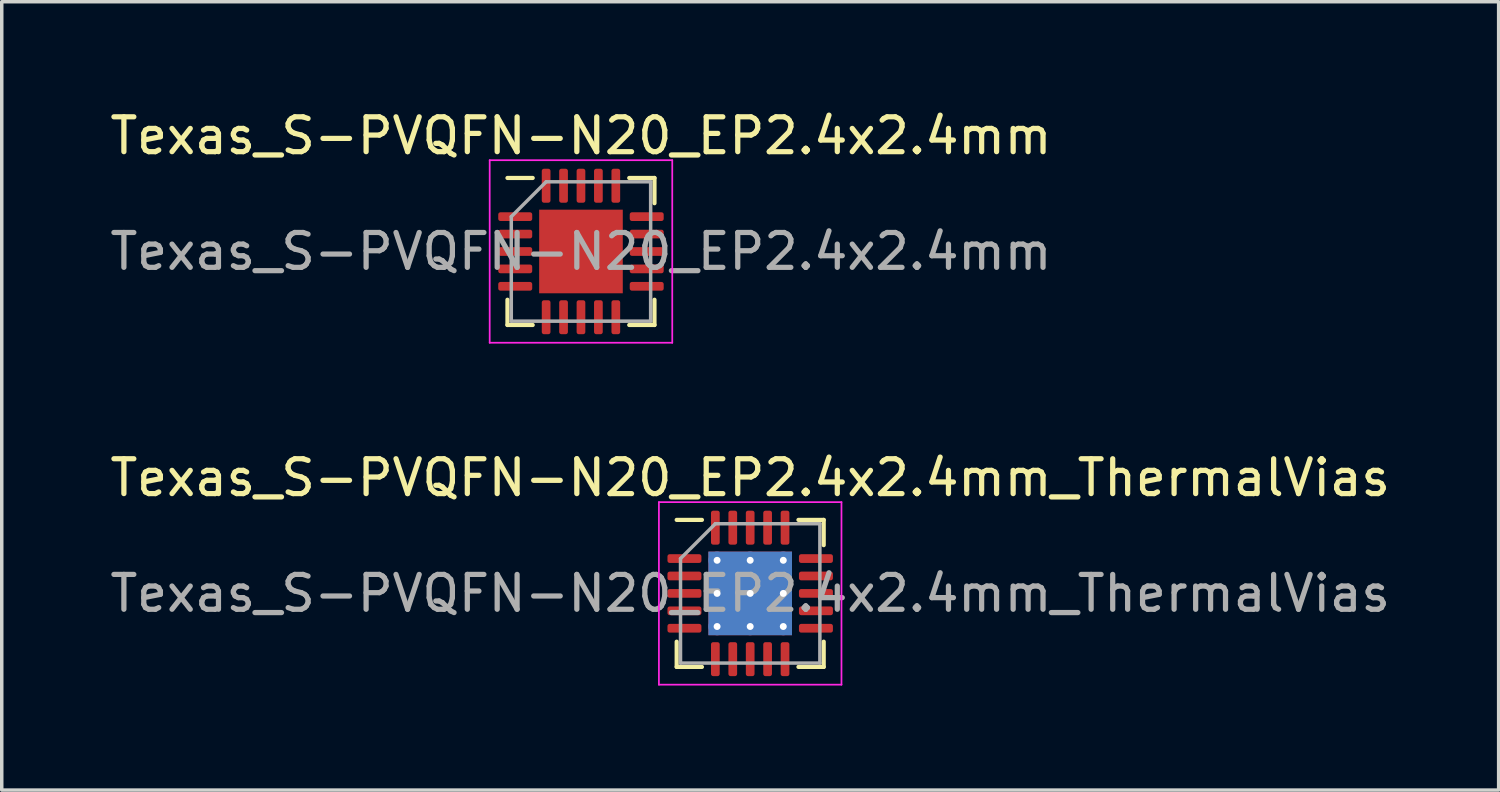
<source format=kicad_pcb>
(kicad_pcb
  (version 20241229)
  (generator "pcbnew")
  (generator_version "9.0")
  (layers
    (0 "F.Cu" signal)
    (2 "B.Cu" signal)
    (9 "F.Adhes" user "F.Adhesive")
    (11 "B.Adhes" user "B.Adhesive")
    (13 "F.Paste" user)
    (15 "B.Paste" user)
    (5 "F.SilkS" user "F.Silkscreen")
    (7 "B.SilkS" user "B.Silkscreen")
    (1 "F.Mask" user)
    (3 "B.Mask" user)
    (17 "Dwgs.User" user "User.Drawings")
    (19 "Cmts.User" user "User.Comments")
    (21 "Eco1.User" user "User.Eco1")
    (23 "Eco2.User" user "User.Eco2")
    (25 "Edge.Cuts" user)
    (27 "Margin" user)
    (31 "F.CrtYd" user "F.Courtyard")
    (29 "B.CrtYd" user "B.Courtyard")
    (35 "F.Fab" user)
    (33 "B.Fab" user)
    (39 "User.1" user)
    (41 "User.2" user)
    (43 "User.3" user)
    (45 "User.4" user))
  (footprint "Texas_S-PVQFN-N20_EP2.4x2.4mm_ThermalVias"
    (layer "F.Cu")
    (at 18.482 13.982)
    (property "Reference" "Texas_S-PVQFN-N20_EP2.4x2.4mm_ThermalVias" (at 0 -3.32 0) (layer "F.SilkS") (effects (font (size 1 1) (thickness 0.15))))
    (attr smd)
    (fp_line (start -2.11 2.11) (end -2.11 1.385) (stroke (width 0.12) (type solid)) (layer "F.SilkS"))
    (fp_line (start -1.385 -2.11) (end -2.11 -2.11) (stroke (width 0.12) (type solid)) (layer "F.SilkS"))
    (fp_line (start -1.385 2.11) (end -2.11 2.11) (stroke (width 0.12) (type solid)) (layer "F.SilkS"))
    (fp_line (start 1.385 -2.11) (end 2.11 -2.11) (stroke (width 0.12) (type solid)) (layer "F.SilkS"))
    (fp_line (start 1.385 2.11) (end 2.11 2.11) (stroke (width 0.12) (type solid)) (layer "F.SilkS"))
    (fp_line (start 2.11 -2.11) (end 2.11 -1.385) (stroke (width 0.12) (type solid)) (layer "F.SilkS"))
    (fp_line (start 2.11 2.11) (end 2.11 1.385) (stroke (width 0.12) (type solid)) (layer "F.SilkS"))
    (fp_line (start -2.62 -2.62) (end -2.62 2.62) (stroke (width 0.05) (type solid)) (layer "F.CrtYd"))
    (fp_line (start -2.62 2.62) (end 2.62 2.62) (stroke (width 0.05) (type solid)) (layer "F.CrtYd"))
    (fp_line (start 2.62 -2.62) (end -2.62 -2.62) (stroke (width 0.05) (type solid)) (layer "F.CrtYd"))
    (fp_line (start 2.62 2.62) (end 2.62 -2.62) (stroke (width 0.05) (type solid)) (layer "F.CrtYd"))
    (fp_line (start -2 -1) (end -1 -2) (stroke (width 0.1) (type solid)) (layer "F.Fab"))
    (fp_line (start -2 2) (end -2 -1) (stroke (width 0.1) (type solid)) (layer "F.Fab"))
    (fp_line (start -1 -2) (end 2 -2) (stroke (width 0.1) (type solid)) (layer "F.Fab"))
    (fp_line (start 2 -2) (end 2 2) (stroke (width 0.1) (type solid)) (layer "F.Fab"))
    (fp_line (start 2 2) (end -2 2) (stroke (width 0.1) (type solid)) (layer "F.Fab"))
    (fp_text user "${REFERENCE}" (at 0 0 0) (layer "F.Fab") (effects (font (size 1 1) (thickness 0.15))))
    (pad "" smd custom (at -0.475 -0.475) (size 0.72 0.72) (layers "F.Paste") (options (anchor circle)) (primitives (gr_poly (pts (xy -0.296 -0.19) (xy -0.19 -0.296) (xy 0.19 -0.296) (xy 0.296 -0.19) (xy 0.296 0.19) (xy 0.19 0.296) (xy -0.19 0.296) (xy -0.296 0.19)) (width 0.256) (fill yes))))
    (pad "" smd custom (at -0.475 0.475) (size 0.72 0.72) (layers "F.Paste") (options (anchor circle)) (primitives (gr_poly (pts (xy -0.296 -0.19) (xy -0.19 -0.296) (xy 0.19 -0.296) (xy 0.296 -0.19) (xy 0.296 0.19) (xy 0.19 0.296) (xy -0.19 0.296) (xy -0.296 0.19)) (width 0.256) (fill yes))))
    (pad "" smd custom (at 0.475 -0.475) (size 0.72 0.72) (layers "F.Paste") (options (anchor circle)) (primitives (gr_poly (pts (xy -0.296 -0.19) (xy -0.19 -0.296) (xy 0.19 -0.296) (xy 0.296 -0.19) (xy 0.296 0.19) (xy 0.19 0.296) (xy -0.19 0.296) (xy -0.296 0.19)) (width 0.256) (fill yes))))
    (pad "" smd custom (at 0.475 0.475) (size 0.72 0.72) (layers "F.Paste") (options (anchor circle)) (primitives (gr_poly (pts (xy -0.296 -0.19) (xy -0.19 -0.296) (xy 0.19 -0.296) (xy 0.296 -0.19) (xy 0.296 0.19) (xy 0.19 0.296) (xy -0.19 0.296) (xy -0.296 0.19)) (width 0.256) (fill yes))))
    (pad "1" smd roundrect (at -1.887 -1) (size 0.975 0.25) (layers "F.Cu" "F.Mask" "F.Paste") (roundrect_rratio 0.25))
    (pad "2" smd roundrect (at -1.887 -0.5) (size 0.975 0.25) (layers "F.Cu" "F.Mask" "F.Paste") (roundrect_rratio 0.25))
    (pad "3" smd roundrect (at -1.887 0) (size 0.975 0.25) (layers "F.Cu" "F.Mask" "F.Paste") (roundrect_rratio 0.25))
    (pad "4" smd roundrect (at -1.887 0.5) (size 0.975 0.25) (layers "F.Cu" "F.Mask" "F.Paste") (roundrect_rratio 0.25))
    (pad "5" smd roundrect (at -1.887 1) (size 0.975 0.25) (layers "F.Cu" "F.Mask" "F.Paste") (roundrect_rratio 0.25))
    (pad "6" smd roundrect (at -1 1.887) (size 0.25 0.975) (layers "F.Cu" "F.Mask" "F.Paste") (roundrect_rratio 0.25))
    (pad "7" smd roundrect (at -0.5 1.887) (size 0.25 0.975) (layers "F.Cu" "F.Mask" "F.Paste") (roundrect_rratio 0.25))
    (pad "8" smd roundrect (at 0 1.887) (size 0.25 0.975) (layers "F.Cu" "F.Mask" "F.Paste") (roundrect_rratio 0.25))
    (pad "9" smd roundrect (at 0.5 1.887) (size 0.25 0.975) (layers "F.Cu" "F.Mask" "F.Paste") (roundrect_rratio 0.25))
    (pad "10" smd roundrect (at 1 1.887) (size 0.25 0.975) (layers "F.Cu" "F.Mask" "F.Paste") (roundrect_rratio 0.25))
    (pad "11" smd roundrect (at 1.887 1) (size 0.975 0.25) (layers "F.Cu" "F.Mask" "F.Paste") (roundrect_rratio 0.25))
    (pad "12" smd roundrect (at 1.887 0.5) (size 0.975 0.25) (layers "F.Cu" "F.Mask" "F.Paste") (roundrect_rratio 0.25))
    (pad "13" smd roundrect (at 1.887 0) (size 0.975 0.25) (layers "F.Cu" "F.Mask" "F.Paste") (roundrect_rratio 0.25))
    (pad "14" smd roundrect (at 1.887 -0.5) (size 0.975 0.25) (layers "F.Cu" "F.Mask" "F.Paste") (roundrect_rratio 0.25))
    (pad "15" smd roundrect (at 1.887 -1) (size 0.975 0.25) (layers "F.Cu" "F.Mask" "F.Paste") (roundrect_rratio 0.25))
    (pad "16" smd roundrect (at 1 -1.887) (size 0.25 0.975) (layers "F.Cu" "F.Mask" "F.Paste") (roundrect_rratio 0.25))
    (pad "17" smd roundrect (at 0.5 -1.887) (size 0.25 0.975) (layers "F.Cu" "F.Mask" "F.Paste") (roundrect_rratio 0.25))
    (pad "18" smd roundrect (at 0 -1.887) (size 0.25 0.975) (layers "F.Cu" "F.Mask" "F.Paste") (roundrect_rratio 0.25))
    (pad "19" smd roundrect (at -0.5 -1.887) (size 0.25 0.975) (layers "F.Cu" "F.Mask" "F.Paste") (roundrect_rratio 0.25))
    (pad "20" smd roundrect (at -1 -1.887) (size 0.25 0.975) (layers "F.Cu" "F.Mask" "F.Paste") (roundrect_rratio 0.25))
    (pad "21" thru_hole circle (at -0.95 -0.95) (size 0.5 0.5) (drill 0.2) (layers "*.Cu"))
    (pad "21" thru_hole circle (at -0.95 0) (size 0.5 0.5) (drill 0.2) (layers "*.Cu"))
    (pad "21" thru_hole circle (at -0.95 0.95) (size 0.5 0.5) (drill 0.2) (layers "*.Cu"))
    (pad "21" thru_hole circle (at 0 -0.95) (size 0.5 0.5) (drill 0.2) (layers "*.Cu"))
    (pad "21" thru_hole circle (at 0 0) (size 0.5 0.5) (drill 0.2) (layers "*.Cu"))
    (pad "21" smd rect (at 0 0) (size 2.4 2.4) (layers "F.Cu" "F.Mask"))
    (pad "21" smd rect (at 0 0) (size 2.4 2.4) (layers "B.Cu"))
    (pad "21" thru_hole circle (at 0 0.95) (size 0.5 0.5) (drill 0.2) (layers "*.Cu"))
    (pad "21" thru_hole circle (at 0.95 -0.95) (size 0.5 0.5) (drill 0.2) (layers "*.Cu"))
    (pad "21" thru_hole circle (at 0.95 0) (size 0.5 0.5) (drill 0.2) (layers "*.Cu"))
    (pad "21" thru_hole circle (at 0.95 0.95) (size 0.5 0.5) (drill 0.2) (layers "*.Cu")))
  (footprint "Texas_S-PVQFN-N20_EP2.4x2.4mm"
    (layer "F.Cu")
    (at 13.625 4.168)
    (property "Reference" "Texas_S-PVQFN-N20_EP2.4x2.4mm" (at 0 -3.32 0) (layer "F.SilkS") (effects (font (size 1 1) (thickness 0.15))))
    (attr smd)
    (fp_line (start -2.11 2.11) (end -2.11 1.385) (stroke (width 0.12) (type solid)) (layer "F.SilkS"))
    (fp_line (start -1.385 -2.11) (end -2.11 -2.11) (stroke (width 0.12) (type solid)) (layer "F.SilkS"))
    (fp_line (start -1.385 2.11) (end -2.11 2.11) (stroke (width 0.12) (type solid)) (layer "F.SilkS"))
    (fp_line (start 1.385 -2.11) (end 2.11 -2.11) (stroke (width 0.12) (type solid)) (layer "F.SilkS"))
    (fp_line (start 1.385 2.11) (end 2.11 2.11) (stroke (width 0.12) (type solid)) (layer "F.SilkS"))
    (fp_line (start 2.11 -2.11) (end 2.11 -1.385) (stroke (width 0.12) (type solid)) (layer "F.SilkS"))
    (fp_line (start 2.11 2.11) (end 2.11 1.385) (stroke (width 0.12) (type solid)) (layer "F.SilkS"))
    (fp_line (start -2.62 -2.62) (end -2.62 2.62) (stroke (width 0.05) (type solid)) (layer "F.CrtYd"))
    (fp_line (start -2.62 2.62) (end 2.62 2.62) (stroke (width 0.05) (type solid)) (layer "F.CrtYd"))
    (fp_line (start 2.62 -2.62) (end -2.62 -2.62) (stroke (width 0.05) (type solid)) (layer "F.CrtYd"))
    (fp_line (start 2.62 2.62) (end 2.62 -2.62) (stroke (width 0.05) (type solid)) (layer "F.CrtYd"))
    (fp_line (start -2 -1) (end -1 -2) (stroke (width 0.1) (type solid)) (layer "F.Fab"))
    (fp_line (start -2 2) (end -2 -1) (stroke (width 0.1) (type solid)) (layer "F.Fab"))
    (fp_line (start -1 -2) (end 2 -2) (stroke (width 0.1) (type solid)) (layer "F.Fab"))
    (fp_line (start 2 -2) (end 2 2) (stroke (width 0.1) (type solid)) (layer "F.Fab"))
    (fp_line (start 2 2) (end -2 2) (stroke (width 0.1) (type solid)) (layer "F.Fab"))
    (fp_text user "${REFERENCE}" (at 0 0 0) (layer "F.Fab") (effects (font (size 1 1) (thickness 0.15))))
    (pad "" smd roundrect (at -0.6 -0.6) (size 0.97 0.97) (layers "F.Paste") (roundrect_rratio 0.25))
    (pad "" smd roundrect (at -0.6 0.6) (size 0.97 0.97) (layers "F.Paste") (roundrect_rratio 0.25))
    (pad "" smd roundrect (at 0.6 -0.6) (size 0.97 0.97) (layers "F.Paste") (roundrect_rratio 0.25))
    (pad "" smd roundrect (at 0.6 0.6) (size 0.97 0.97) (layers "F.Paste") (roundrect_rratio 0.25))
    (pad "1" smd roundrect (at -1.887 -1) (size 0.975 0.25) (layers "F.Cu" "F.Mask" "F.Paste") (roundrect_rratio 0.25))
    (pad "2" smd roundrect (at -1.887 -0.5) (size 0.975 0.25) (layers "F.Cu" "F.Mask" "F.Paste") (roundrect_rratio 0.25))
    (pad "3" smd roundrect (at -1.887 0) (size 0.975 0.25) (layers "F.Cu" "F.Mask" "F.Paste") (roundrect_rratio 0.25))
    (pad "4" smd roundrect (at -1.887 0.5) (size 0.975 0.25) (layers "F.Cu" "F.Mask" "F.Paste") (roundrect_rratio 0.25))
    (pad "5" smd roundrect (at -1.887 1) (size 0.975 0.25) (layers "F.Cu" "F.Mask" "F.Paste") (roundrect_rratio 0.25))
    (pad "6" smd roundrect (at -1 1.887) (size 0.25 0.975) (layers "F.Cu" "F.Mask" "F.Paste") (roundrect_rratio 0.25))
    (pad "7" smd roundrect (at -0.5 1.887) (size 0.25 0.975) (layers "F.Cu" "F.Mask" "F.Paste") (roundrect_rratio 0.25))
    (pad "8" smd roundrect (at 0 1.887) (size 0.25 0.975) (layers "F.Cu" "F.Mask" "F.Paste") (roundrect_rratio 0.25))
    (pad "9" smd roundrect (at 0.5 1.887) (size 0.25 0.975) (layers "F.Cu" "F.Mask" "F.Paste") (roundrect_rratio 0.25))
    (pad "10" smd roundrect (at 1 1.887) (size 0.25 0.975) (layers "F.Cu" "F.Mask" "F.Paste") (roundrect_rratio 0.25))
    (pad "11" smd roundrect (at 1.887 1) (size 0.975 0.25) (layers "F.Cu" "F.Mask" "F.Paste") (roundrect_rratio 0.25))
    (pad "12" smd roundrect (at 1.887 0.5) (size 0.975 0.25) (layers "F.Cu" "F.Mask" "F.Paste") (roundrect_rratio 0.25))
    (pad "13" smd roundrect (at 1.887 0) (size 0.975 0.25) (layers "F.Cu" "F.Mask" "F.Paste") (roundrect_rratio 0.25))
    (pad "14" smd roundrect (at 1.887 -0.5) (size 0.975 0.25) (layers "F.Cu" "F.Mask" "F.Paste") (roundrect_rratio 0.25))
    (pad "15" smd roundrect (at 1.887 -1) (size 0.975 0.25) (layers "F.Cu" "F.Mask" "F.Paste") (roundrect_rratio 0.25))
    (pad "16" smd roundrect (at 1 -1.887) (size 0.25 0.975) (layers "F.Cu" "F.Mask" "F.Paste") (roundrect_rratio 0.25))
    (pad "17" smd roundrect (at 0.5 -1.887) (size 0.25 0.975) (layers "F.Cu" "F.Mask" "F.Paste") (roundrect_rratio 0.25))
    (pad "18" smd roundrect (at 0 -1.887) (size 0.25 0.975) (layers "F.Cu" "F.Mask" "F.Paste") (roundrect_rratio 0.25))
    (pad "19" smd roundrect (at -0.5 -1.887) (size 0.25 0.975) (layers "F.Cu" "F.Mask" "F.Paste") (roundrect_rratio 0.25))
    (pad "20" smd roundrect (at -1 -1.887) (size 0.25 0.975) (layers "F.Cu" "F.Mask" "F.Paste") (roundrect_rratio 0.25))
    (pad "21" smd rect (at 0 0) (size 2.4 2.4) (layers "F.Cu" "F.Mask")))
  (gr_rect
    (start -3 -3)
    (end 39.964 19.627)
    (stroke (width 0.1) (type default))
    (fill no)
    (layer "Edge.Cuts")))
</source>
